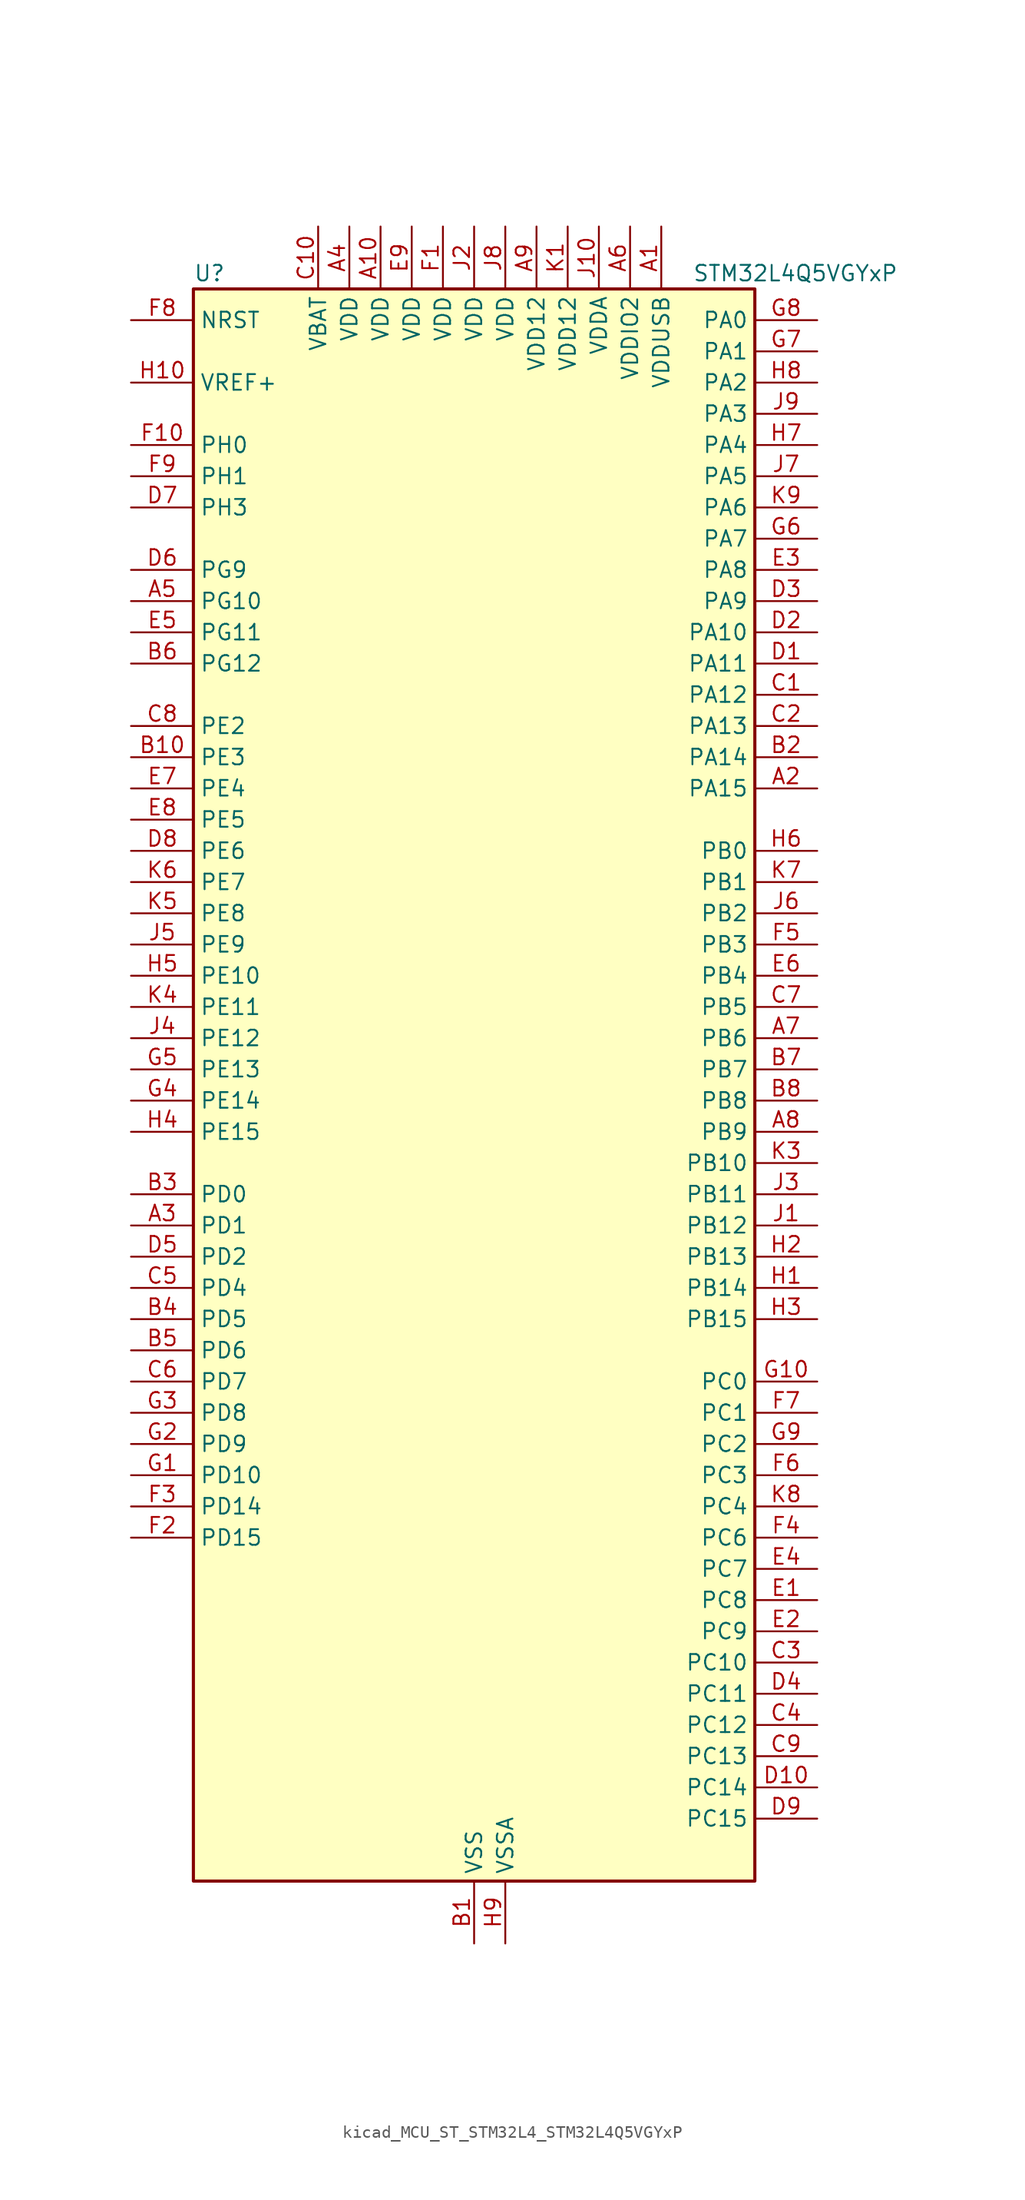
<source format=kicad_sym>
(kicad_symbol_lib
  (version 20220914)
  (generator kicad_symbol_editor)
  (symbol "kicad_MCU_ST_STM32L4_STM32L4Q5VGYxP"
    (property "Reference" "U"
      (at -22.86 67.31 0)
      (effects (font (size 1.27 1.27)) (justify left)))
    (property "Value" "STM32L4Q5VGYxP"
      (at 17.78 67.31 0)
      (effects (font (size 1.27 1.27)) (justify left)))
    (property "ki_locked" ""
      (at 0 0 0)
      (effects (font (size 1.27 1.27))))
    (symbol "kicad_MCU_ST_STM32L4_STM32L4Q5VGYxP_0_1"
      (rectangle (start -22.86 -63.5) (end 22.86 66.04) (stroke (width 0.254) (type default)) (fill (type background))))
    (symbol "kicad_MCU_ST_STM32L4_STM32L4Q5VGYxP_1_1"
      (pin power_in line (at 15.24 71.12 270) (length 5.08) (name "VDDUSB" (effects (font (size 1.27 1.27)))) (number "A1" (effects (font (size 1.27 1.27)))))
      (pin power_in line (at -7.62 71.12 270) (length 5.08) (name "VDD" (effects (font (size 1.27 1.27)))) (number "A10" (effects (font (size 1.27 1.27)))))
      (pin bidirectional line (at 27.94 25.4 180) (length 5.08) (name "PA15" (effects (font (size 1.27 1.27)))) (number "A2" (effects (font (size 1.27 1.27)))) (alternate "ADC1_EXTI15" bidirectional line) (alternate "ADC2_EXTI15" bidirectional line) (alternate "LTDC_HSYNC" bidirectional line) (alternate "SAI2_FS_B" bidirectional line) (alternate "SPI1_NSS" bidirectional line) (alternate "SPI3_NSS" bidirectional line) (alternate "SYS_JTDI" bidirectional line) (alternate "TIM2_CH1" bidirectional line) (alternate "TIM2_ETR" bidirectional line) (alternate "TSC_G3_IO1" bidirectional line) (alternate "UART4_DE" bidirectional line) (alternate "UART4_RTS" bidirectional line) (alternate "USART2_RX" bidirectional line) (alternate "USART3_DE" bidirectional line) (alternate "USART3_RTS" bidirectional line))
      (pin bidirectional line (at -27.94 -10.16 0) (length 5.08) (name "PD1" (effects (font (size 1.27 1.27)))) (number "A3" (effects (font (size 1.27 1.27)))) (alternate "CAN1_TX" bidirectional line) (alternate "FMC_D3" bidirectional line) (alternate "FMC_DA3" bidirectional line) (alternate "LTDC_B5" bidirectional line) (alternate "SPI2_SCK" bidirectional line))
      (pin power_in line (at -10.16 71.12 270) (length 5.08) (name "VDD" (effects (font (size 1.27 1.27)))) (number "A4" (effects (font (size 1.27 1.27)))))
      (pin bidirectional line (at -27.94 40.64 0) (length 5.08) (name "PG10" (effects (font (size 1.27 1.27)))) (number "A5" (effects (font (size 1.27 1.27)))) (alternate "FMC_NE3" bidirectional line) (alternate "LPTIM1_IN1" bidirectional line) (alternate "OCTOSPIM_P2_IO7" bidirectional line) (alternate "SAI2_FS_A" bidirectional line) (alternate "SDMMC2_D1" bidirectional line) (alternate "SPI3_MISO" bidirectional line) (alternate "TIM15_CH1" bidirectional line) (alternate "USART1_RX" bidirectional line))
      (pin power_in line (at 12.7 71.12 270) (length 5.08) (name "VDDIO2" (effects (font (size 1.27 1.27)))) (number "A6" (effects (font (size 1.27 1.27)))))
      (pin bidirectional line (at 27.94 5.08 180) (length 5.08) (name "PB6" (effects (font (size 1.27 1.27)))) (number "A7" (effects (font (size 1.27 1.27)))) (alternate "COMP2_INP" bidirectional line) (alternate "DCMI_D5" bidirectional line) (alternate "I2C1_SCL" bidirectional line) (alternate "I2C4_SCL" bidirectional line) (alternate "LPTIM1_ETR" bidirectional line) (alternate "LTDC_R6" bidirectional line) (alternate "PSSI_D5" bidirectional line) (alternate "SAI1_FS_B" bidirectional line) (alternate "TIM16_CH1N" bidirectional line) (alternate "TIM4_CH1" bidirectional line) (alternate "TIM8_BKIN2" bidirectional line) (alternate "TSC_G2_IO3" bidirectional line) (alternate "USART1_TX" bidirectional line))
      (pin bidirectional line (at 27.94 -2.54 180) (length 5.08) (name "PB9" (effects (font (size 1.27 1.27)))) (number "A8" (effects (font (size 1.27 1.27)))) (alternate "CAN1_TX" bidirectional line) (alternate "DAC1_EXTI9" bidirectional line) (alternate "DCMI_D7" bidirectional line) (alternate "I2C1_SDA" bidirectional line) (alternate "IR_OUT" bidirectional line) (alternate "PSSI_D7" bidirectional line) (alternate "SAI1_D2" bidirectional line) (alternate "SAI1_FS_A" bidirectional line) (alternate "SDMMC1_CDIR" bidirectional line) (alternate "SDMMC1_D5" bidirectional line) (alternate "SDMMC2_D5" bidirectional line) (alternate "SPI2_NSS" bidirectional line) (alternate "TIM17_CH1" bidirectional line) (alternate "TIM4_CH4" bidirectional line))
      (pin power_in line (at 5.08 71.12 270) (length 5.08) (name "VDD12" (effects (font (size 1.27 1.27)))) (number "A9" (effects (font (size 1.27 1.27)))))
      (pin power_in line (at 0 -68.58 90) (length 5.08) (name "VSS" (effects (font (size 1.27 1.27)))) (number "B1" (effects (font (size 1.27 1.27)))))
      (pin bidirectional line (at -27.94 27.94 0) (length 5.08) (name "PE3" (effects (font (size 1.27 1.27)))) (number "B10" (effects (font (size 1.27 1.27)))) (alternate "FMC_A19" bidirectional line) (alternate "LTDC_R6" bidirectional line) (alternate "OCTOSPIM_P1_DQS" bidirectional line) (alternate "SAI1_SD_B" bidirectional line) (alternate "SYS_TRACED0" bidirectional line) (alternate "TIM3_CH1" bidirectional line) (alternate "TSC_G7_IO2" bidirectional line))
      (pin bidirectional line (at 27.94 27.94 180) (length 5.08) (name "PA14" (effects (font (size 1.27 1.27)))) (number "B2" (effects (font (size 1.27 1.27)))) (alternate "I2C1_SMBA" bidirectional line) (alternate "I2C4_SMBA" bidirectional line) (alternate "LPTIM1_OUT" bidirectional line) (alternate "SAI1_FS_B" bidirectional line) (alternate "SYS_JTCK-SWCLK" bidirectional line) (alternate "USB_OTG_FS_SOF" bidirectional line))
      (pin bidirectional line (at -27.94 -7.62 0) (length 5.08) (name "PD0" (effects (font (size 1.27 1.27)))) (number "B3" (effects (font (size 1.27 1.27)))) (alternate "CAN1_RX" bidirectional line) (alternate "FMC_D2" bidirectional line) (alternate "FMC_DA2" bidirectional line) (alternate "LTDC_B4" bidirectional line) (alternate "SPI2_NSS" bidirectional line))
      (pin bidirectional line (at -27.94 -17.78 0) (length 5.08) (name "PD5" (effects (font (size 1.27 1.27)))) (number "B4" (effects (font (size 1.27 1.27)))) (alternate "FMC_NWE" bidirectional line) (alternate "OCTOSPIM_P1_IO5" bidirectional line) (alternate "USART2_TX" bidirectional line))
      (pin bidirectional line (at -27.94 -20.32 0) (length 5.08) (name "PD6" (effects (font (size 1.27 1.27)))) (number "B5" (effects (font (size 1.27 1.27)))) (alternate "DCMI_D10" bidirectional line) (alternate "DFSDM1_DATIN1" bidirectional line) (alternate "FMC_NWAIT" bidirectional line) (alternate "LTDC_DE" bidirectional line) (alternate "OCTOSPIM_P1_IO6" bidirectional line) (alternate "PSSI_D10" bidirectional line) (alternate "SAI1_D1" bidirectional line) (alternate "SAI1_SD_A" bidirectional line) (alternate "SDMMC2_CK" bidirectional line) (alternate "SPI3_MOSI" bidirectional line) (alternate "USART2_RX" bidirectional line))
      (pin bidirectional line (at -27.94 35.56 0) (length 5.08) (name "PG12" (effects (font (size 1.27 1.27)))) (number "B6" (effects (font (size 1.27 1.27)))) (alternate "FMC_NE4" bidirectional line) (alternate "LPTIM1_ETR" bidirectional line) (alternate "OCTOSPIM_P2_NCS" bidirectional line) (alternate "SAI2_SD_A" bidirectional line) (alternate "SDMMC2_D3" bidirectional line) (alternate "SPI3_NSS" bidirectional line) (alternate "USART1_DE" bidirectional line) (alternate "USART1_RTS" bidirectional line))
      (pin bidirectional line (at 27.94 2.54 180) (length 5.08) (name "PB7" (effects (font (size 1.27 1.27)))) (number "B7" (effects (font (size 1.27 1.27)))) (alternate "COMP2_INM" bidirectional line) (alternate "DCMI_VSYNC" bidirectional line) (alternate "FMC_NL" bidirectional line) (alternate "I2C1_SDA" bidirectional line) (alternate "I2C4_SDA" bidirectional line) (alternate "LPTIM1_IN2" bidirectional line) (alternate "LTDC_VSYNC" bidirectional line) (alternate "PSSI_RDY" bidirectional line) (alternate "SYS_PVD_IN" bidirectional line) (alternate "TIM17_CH1N" bidirectional line) (alternate "TIM4_CH2" bidirectional line) (alternate "TIM8_BKIN" bidirectional line) (alternate "TSC_G2_IO4" bidirectional line) (alternate "UART4_CTS" bidirectional line) (alternate "USART1_RX" bidirectional line))
      (pin bidirectional line (at 27.94 0 180) (length 5.08) (name "PB8" (effects (font (size 1.27 1.27)))) (number "B8" (effects (font (size 1.27 1.27)))) (alternate "CAN1_RX" bidirectional line) (alternate "DCMI_D6" bidirectional line) (alternate "DFSDM1_CKOUT" bidirectional line) (alternate "I2C1_SCL" bidirectional line) (alternate "LTDC_DE" bidirectional line) (alternate "PSSI_D6" bidirectional line) (alternate "SAI1_CK1" bidirectional line) (alternate "SAI1_MCLK_A" bidirectional line) (alternate "SDMMC1_CKIN" bidirectional line) (alternate "SDMMC1_D4" bidirectional line) (alternate "SDMMC2_D4" bidirectional line) (alternate "TIM16_CH1" bidirectional line) (alternate "TIM4_CH3" bidirectional line))
      (pin passive line (at 0 -68.58 90) (length 5.08) hide (name "VSS" (effects (font (size 1.27 1.27)))) (number "B9" (effects (font (size 1.27 1.27)))))
      (pin bidirectional line (at 27.94 33.02 180) (length 5.08) (name "PA12" (effects (font (size 1.27 1.27)))) (number "C1" (effects (font (size 1.27 1.27)))) (alternate "CAN1_TX" bidirectional line) (alternate "LTDC_VSYNC" bidirectional line) (alternate "OCTOSPIM_P2_NCS" bidirectional line) (alternate "SPI1_MOSI" bidirectional line) (alternate "TIM1_ETR" bidirectional line) (alternate "USART1_DE" bidirectional line) (alternate "USART1_RTS" bidirectional line) (alternate "USB_OTG_FS_DP" bidirectional line))
      (pin power_in line (at -12.7 71.12 270) (length 5.08) (name "VBAT" (effects (font (size 1.27 1.27)))) (number "C10" (effects (font (size 1.27 1.27)))))
      (pin bidirectional line (at 27.94 30.48 180) (length 5.08) (name "PA13" (effects (font (size 1.27 1.27)))) (number "C2" (effects (font (size 1.27 1.27)))) (alternate "IR_OUT" bidirectional line) (alternate "SAI1_SD_B" bidirectional line) (alternate "SYS_JTMS-SWDIO" bidirectional line) (alternate "USB_OTG_FS_NOE" bidirectional line))
      (pin bidirectional line (at 27.94 -45.72 180) (length 5.08) (name "PC10" (effects (font (size 1.27 1.27)))) (number "C3" (effects (font (size 1.27 1.27)))) (alternate "DCMI_D8" bidirectional line) (alternate "DCMI_VSYNC" bidirectional line) (alternate "PSSI_D8" bidirectional line) (alternate "PSSI_RDY" bidirectional line) (alternate "SAI2_SCK_B" bidirectional line) (alternate "SDMMC1_D2" bidirectional line) (alternate "SPI3_SCK" bidirectional line) (alternate "SYS_TRACED1" bidirectional line) (alternate "TSC_G3_IO2" bidirectional line) (alternate "UART4_TX" bidirectional line) (alternate "USART3_TX" bidirectional line))
      (pin bidirectional line (at 27.94 -50.8 180) (length 5.08) (name "PC12" (effects (font (size 1.27 1.27)))) (number "C4" (effects (font (size 1.27 1.27)))) (alternate "DCMI_D9" bidirectional line) (alternate "LTDC_R6" bidirectional line) (alternate "PSSI_D9" bidirectional line) (alternate "SAI2_SD_B" bidirectional line) (alternate "SDMMC1_CK" bidirectional line) (alternate "SPI3_MOSI" bidirectional line) (alternate "SYS_TRACED3" bidirectional line) (alternate "TSC_G3_IO4" bidirectional line) (alternate "UART5_TX" bidirectional line) (alternate "USART3_CK" bidirectional line))
      (pin bidirectional line (at -27.94 -15.24 0) (length 5.08) (name "PD4" (effects (font (size 1.27 1.27)))) (number "C5" (effects (font (size 1.27 1.27)))) (alternate "DFSDM1_CKIN0" bidirectional line) (alternate "FMC_NOE" bidirectional line) (alternate "OCTOSPIM_P1_IO4" bidirectional line) (alternate "SDMMC2_CKIN" bidirectional line) (alternate "SPI2_MOSI" bidirectional line) (alternate "USART2_DE" bidirectional line) (alternate "USART2_RTS" bidirectional line))
      (pin bidirectional line (at -27.94 -22.86 0) (length 5.08) (name "PD7" (effects (font (size 1.27 1.27)))) (number "C6" (effects (font (size 1.27 1.27)))) (alternate "DFSDM1_CKIN1" bidirectional line) (alternate "FMC_NCE" bidirectional line) (alternate "FMC_NE1" bidirectional line) (alternate "OCTOSPIM_P1_IO7" bidirectional line) (alternate "SDMMC2_CMD" bidirectional line) (alternate "USART2_CK" bidirectional line))
      (pin bidirectional line (at 27.94 7.62 180) (length 5.08) (name "PB5" (effects (font (size 1.27 1.27)))) (number "C7" (effects (font (size 1.27 1.27)))) (alternate "COMP2_OUT" bidirectional line) (alternate "DCMI_D10" bidirectional line) (alternate "I2C1_SMBA" bidirectional line) (alternate "LPTIM1_IN1" bidirectional line) (alternate "OCTOSPIM_P1_IO0" bidirectional line) (alternate "PSSI_D10" bidirectional line) (alternate "SAI1_SD_B" bidirectional line) (alternate "SPI1_MOSI" bidirectional line) (alternate "SPI3_MOSI" bidirectional line) (alternate "TIM16_BKIN" bidirectional line) (alternate "TIM3_CH2" bidirectional line) (alternate "TSC_G2_IO2" bidirectional line) (alternate "UART5_CTS" bidirectional line) (alternate "USART1_CK" bidirectional line))
      (pin bidirectional line (at -27.94 30.48 0) (length 5.08) (name "PE2" (effects (font (size 1.27 1.27)))) (number "C8" (effects (font (size 1.27 1.27)))) (alternate "FMC_A23" bidirectional line) (alternate "LTDC_R7" bidirectional line) (alternate "SAI1_CK1" bidirectional line) (alternate "SAI1_MCLK_A" bidirectional line) (alternate "SYS_TRACECLK" bidirectional line) (alternate "TIM3_ETR" bidirectional line) (alternate "TSC_G7_IO1" bidirectional line))
      (pin bidirectional line (at 27.94 -53.34 180) (length 5.08) (name "PC13" (effects (font (size 1.27 1.27)))) (number "C9" (effects (font (size 1.27 1.27)))) (alternate "RTC_OUT1" bidirectional line) (alternate "RTC_TAMP1" bidirectional line) (alternate "RTC_TS" bidirectional line) (alternate "SYS_WKUP2" bidirectional line))
      (pin bidirectional line (at 27.94 35.56 180) (length 5.08) (name "PA11" (effects (font (size 1.27 1.27)))) (number "D1" (effects (font (size 1.27 1.27)))) (alternate "ADC1_EXTI11" bidirectional line) (alternate "ADC2_EXTI11" bidirectional line) (alternate "CAN1_RX" bidirectional line) (alternate "LTDC_DE" bidirectional line) (alternate "SPI1_MISO" bidirectional line) (alternate "TIM1_BKIN2" bidirectional line) (alternate "TIM1_CH4" bidirectional line) (alternate "USART1_CTS" bidirectional line) (alternate "USART1_NSS" bidirectional line) (alternate "USB_OTG_FS_DM" bidirectional line))
      (pin bidirectional line (at 27.94 -55.88 180) (length 5.08) (name "PC14" (effects (font (size 1.27 1.27)))) (number "D10" (effects (font (size 1.27 1.27)))) (alternate "RCC_OSC32_IN" bidirectional line))
      (pin bidirectional line (at 27.94 38.1 180) (length 5.08) (name "PA10" (effects (font (size 1.27 1.27)))) (number "D2" (effects (font (size 1.27 1.27)))) (alternate "DCMI_D1" bidirectional line) (alternate "LTDC_G6" bidirectional line) (alternate "PSSI_D1" bidirectional line) (alternate "SAI1_D1" bidirectional line) (alternate "SAI1_SD_A" bidirectional line) (alternate "TIM17_BKIN" bidirectional line) (alternate "TIM1_CH3" bidirectional line) (alternate "USART1_RX" bidirectional line) (alternate "USB_OTG_FS_ID" bidirectional line))
      (pin bidirectional line (at 27.94 40.64 180) (length 5.08) (name "PA9" (effects (font (size 1.27 1.27)))) (number "D3" (effects (font (size 1.27 1.27)))) (alternate "DAC1_EXTI9" bidirectional line) (alternate "DCMI_D0" bidirectional line) (alternate "LTDC_G7" bidirectional line) (alternate "PSSI_D0" bidirectional line) (alternate "SAI1_FS_A" bidirectional line) (alternate "SPI2_SCK" bidirectional line) (alternate "TIM15_BKIN" bidirectional line) (alternate "TIM1_CH2" bidirectional line) (alternate "USART1_TX" bidirectional line) (alternate "USB_OTG_FS_VBUS" bidirectional line))
      (pin bidirectional line (at 27.94 -48.26 180) (length 5.08) (name "PC11" (effects (font (size 1.27 1.27)))) (number "D4" (effects (font (size 1.27 1.27)))) (alternate "ADC1_EXTI11" bidirectional line) (alternate "ADC2_EXTI11" bidirectional line) (alternate "DCMI_D2" bidirectional line) (alternate "DCMI_D4" bidirectional line) (alternate "OCTOSPIM_P1_NCS" bidirectional line) (alternate "PSSI_D2" bidirectional line) (alternate "PSSI_D4" bidirectional line) (alternate "SAI2_MCLK_B" bidirectional line) (alternate "SDMMC1_D3" bidirectional line) (alternate "SPI3_MISO" bidirectional line) (alternate "TSC_G3_IO3" bidirectional line) (alternate "UART4_RX" bidirectional line) (alternate "USART3_RX" bidirectional line))
      (pin bidirectional line (at -27.94 -12.7 0) (length 5.08) (name "PD2" (effects (font (size 1.27 1.27)))) (number "D5" (effects (font (size 1.27 1.27)))) (alternate "DCMI_D11" bidirectional line) (alternate "PSSI_D11" bidirectional line) (alternate "SDMMC1_CMD" bidirectional line) (alternate "SYS_TRACED2" bidirectional line) (alternate "TIM3_ETR" bidirectional line) (alternate "TSC_SYNC" bidirectional line) (alternate "UART5_RX" bidirectional line) (alternate "USART3_DE" bidirectional line) (alternate "USART3_RTS" bidirectional line))
      (pin bidirectional line (at -27.94 43.18 0) (length 5.08) (name "PG9" (effects (font (size 1.27 1.27)))) (number "D6" (effects (font (size 1.27 1.27)))) (alternate "DAC1_EXTI9" bidirectional line) (alternate "FMC_NCE" bidirectional line) (alternate "FMC_NE2" bidirectional line) (alternate "OCTOSPIM_P2_IO6" bidirectional line) (alternate "SAI2_SCK_A" bidirectional line) (alternate "SDMMC2_D0" bidirectional line) (alternate "SPI3_SCK" bidirectional line) (alternate "TIM15_CH1N" bidirectional line) (alternate "USART1_TX" bidirectional line))
      (pin bidirectional line (at -27.94 48.26 0) (length 5.08) (name "PH3" (effects (font (size 1.27 1.27)))) (number "D7" (effects (font (size 1.27 1.27)))))
      (pin bidirectional line (at -27.94 20.32 0) (length 5.08) (name "PE6" (effects (font (size 1.27 1.27)))) (number "D8" (effects (font (size 1.27 1.27)))) (alternate "DCMI_D7" bidirectional line) (alternate "FMC_A22" bidirectional line) (alternate "LTDC_G6" bidirectional line) (alternate "PSSI_D7" bidirectional line) (alternate "RTC_TAMP3" bidirectional line) (alternate "SAI1_D1" bidirectional line) (alternate "SAI1_SD_A" bidirectional line) (alternate "SYS_TRACED3" bidirectional line) (alternate "SYS_WKUP3" bidirectional line) (alternate "TIM3_CH4" bidirectional line))
      (pin bidirectional line (at 27.94 -58.42 180) (length 5.08) (name "PC15" (effects (font (size 1.27 1.27)))) (number "D9" (effects (font (size 1.27 1.27)))) (alternate "ADC1_EXTI15" bidirectional line) (alternate "ADC2_EXTI15" bidirectional line) (alternate "RCC_OSC32_OUT" bidirectional line))
      (pin bidirectional line (at 27.94 -40.64 180) (length 5.08) (name "PC8" (effects (font (size 1.27 1.27)))) (number "E1" (effects (font (size 1.27 1.27)))) (alternate "DCMI_D2" bidirectional line) (alternate "PSSI_D2" bidirectional line) (alternate "SDMMC1_D0" bidirectional line) (alternate "TIM3_CH3" bidirectional line) (alternate "TIM8_CH3" bidirectional line) (alternate "TSC_G4_IO3" bidirectional line))
      (pin passive line (at 0 -68.58 90) (length 5.08) hide (name "VSS" (effects (font (size 1.27 1.27)))) (number "E10" (effects (font (size 1.27 1.27)))))
      (pin bidirectional line (at 27.94 -43.18 180) (length 5.08) (name "PC9" (effects (font (size 1.27 1.27)))) (number "E2" (effects (font (size 1.27 1.27)))) (alternate "DAC1_EXTI9" bidirectional line) (alternate "DCMI_D3" bidirectional line) (alternate "I2C3_SDA" bidirectional line) (alternate "PSSI_D3" bidirectional line) (alternate "SAI2_EXTCLK" bidirectional line) (alternate "SDMMC1_D1" bidirectional line) (alternate "SYS_TRACED0" bidirectional line) (alternate "TIM3_CH4" bidirectional line) (alternate "TIM8_BKIN2" bidirectional line) (alternate "TIM8_CH4" bidirectional line) (alternate "TSC_G4_IO4" bidirectional line) (alternate "USB_OTG_FS_NOE" bidirectional line))
      (pin bidirectional line (at 27.94 43.18 180) (length 5.08) (name "PA8" (effects (font (size 1.27 1.27)))) (number "E3" (effects (font (size 1.27 1.27)))) (alternate "LPTIM2_OUT" bidirectional line) (alternate "LTDC_B7" bidirectional line) (alternate "RCC_MCO" bidirectional line) (alternate "SAI1_CK2" bidirectional line) (alternate "SAI1_SCK_A" bidirectional line) (alternate "TIM1_CH1" bidirectional line) (alternate "USART1_CK" bidirectional line) (alternate "USB_OTG_FS_SOF" bidirectional line))
      (pin bidirectional line (at 27.94 -38.1 180) (length 5.08) (name "PC7" (effects (font (size 1.27 1.27)))) (number "E4" (effects (font (size 1.27 1.27)))) (alternate "DCMI_D1" bidirectional line) (alternate "DFSDM1_DATIN3" bidirectional line) (alternate "LTDC_B6" bidirectional line) (alternate "PSSI_D1" bidirectional line) (alternate "SAI2_MCLK_B" bidirectional line) (alternate "SDMMC1_D123DIR" bidirectional line) (alternate "SDMMC1_D7" bidirectional line) (alternate "SDMMC2_D7" bidirectional line) (alternate "TIM3_CH2" bidirectional line) (alternate "TIM8_CH2" bidirectional line) (alternate "TSC_G4_IO2" bidirectional line))
      (pin bidirectional line (at -27.94 38.1 0) (length 5.08) (name "PG11" (effects (font (size 1.27 1.27)))) (number "E5" (effects (font (size 1.27 1.27)))) (alternate "ADC1_EXTI11" bidirectional line) (alternate "ADC2_EXTI11" bidirectional line) (alternate "LPTIM1_IN2" bidirectional line) (alternate "OCTOSPIM_P1_IO5" bidirectional line) (alternate "SAI2_MCLK_A" bidirectional line) (alternate "SDMMC2_D2" bidirectional line) (alternate "SPI3_MOSI" bidirectional line) (alternate "TIM15_CH2" bidirectional line) (alternate "USART1_CTS" bidirectional line) (alternate "USART1_NSS" bidirectional line))
      (pin bidirectional line (at 27.94 10.16 180) (length 5.08) (name "PB4" (effects (font (size 1.27 1.27)))) (number "E6" (effects (font (size 1.27 1.27)))) (alternate "COMP2_INP" bidirectional line) (alternate "DCMI_D12" bidirectional line) (alternate "I2C3_SDA" bidirectional line) (alternate "OCTOSPIM_P1_IO5" bidirectional line) (alternate "PSSI_D12" bidirectional line) (alternate "SAI1_MCLK_B" bidirectional line) (alternate "SDMMC2_D3" bidirectional line) (alternate "SPI1_MISO" bidirectional line) (alternate "SPI3_MISO" bidirectional line) (alternate "SYS_JTRST" bidirectional line) (alternate "TIM17_BKIN" bidirectional line) (alternate "TIM3_CH1" bidirectional line) (alternate "TSC_G2_IO1" bidirectional line) (alternate "UART5_DE" bidirectional line) (alternate "UART5_RTS" bidirectional line) (alternate "USART1_CTS" bidirectional line) (alternate "USART1_NSS" bidirectional line))
      (pin bidirectional line (at -27.94 25.4 0) (length 5.08) (name "PE4" (effects (font (size 1.27 1.27)))) (number "E7" (effects (font (size 1.27 1.27)))) (alternate "DCMI_D4" bidirectional line) (alternate "DFSDM1_DATIN3" bidirectional line) (alternate "FMC_A20" bidirectional line) (alternate "LTDC_B7" bidirectional line) (alternate "PSSI_D4" bidirectional line) (alternate "SAI1_D2" bidirectional line) (alternate "SAI1_FS_A" bidirectional line) (alternate "SYS_TRACED1" bidirectional line) (alternate "TIM3_CH2" bidirectional line) (alternate "TSC_G7_IO3" bidirectional line))
      (pin bidirectional line (at -27.94 22.86 0) (length 5.08) (name "PE5" (effects (font (size 1.27 1.27)))) (number "E8" (effects (font (size 1.27 1.27)))) (alternate "DCMI_D6" bidirectional line) (alternate "DFSDM1_CKIN3" bidirectional line) (alternate "FMC_A21" bidirectional line) (alternate "LTDC_G7" bidirectional line) (alternate "PSSI_D6" bidirectional line) (alternate "SAI1_CK2" bidirectional line) (alternate "SAI1_SCK_A" bidirectional line) (alternate "SYS_TRACED2" bidirectional line) (alternate "TIM3_CH3" bidirectional line) (alternate "TSC_G7_IO4" bidirectional line))
      (pin power_in line (at -5.08 71.12 270) (length 5.08) (name "VDD" (effects (font (size 1.27 1.27)))) (number "E9" (effects (font (size 1.27 1.27)))))
      (pin power_in line (at -2.54 71.12 270) (length 5.08) (name "VDD" (effects (font (size 1.27 1.27)))) (number "F1" (effects (font (size 1.27 1.27)))))
      (pin bidirectional line (at -27.94 53.34 0) (length 5.08) (name "PH0" (effects (font (size 1.27 1.27)))) (number "F10" (effects (font (size 1.27 1.27)))) (alternate "RCC_OSC_IN" bidirectional line))
      (pin bidirectional line (at -27.94 -35.56 0) (length 5.08) (name "PD15" (effects (font (size 1.27 1.27)))) (number "F2" (effects (font (size 1.27 1.27)))) (alternate "ADC1_EXTI15" bidirectional line) (alternate "ADC2_EXTI15" bidirectional line) (alternate "FMC_D1" bidirectional line) (alternate "FMC_DA1" bidirectional line) (alternate "LTDC_B3" bidirectional line) (alternate "TIM4_CH4" bidirectional line))
      (pin bidirectional line (at -27.94 -33.02 0) (length 5.08) (name "PD14" (effects (font (size 1.27 1.27)))) (number "F3" (effects (font (size 1.27 1.27)))) (alternate "FMC_D0" bidirectional line) (alternate "FMC_DA0" bidirectional line) (alternate "LTDC_B2" bidirectional line) (alternate "TIM4_CH3" bidirectional line))
      (pin bidirectional line (at 27.94 -35.56 180) (length 5.08) (name "PC6" (effects (font (size 1.27 1.27)))) (number "F4" (effects (font (size 1.27 1.27)))) (alternate "DCMI_D0" bidirectional line) (alternate "DFSDM1_CKIN3" bidirectional line) (alternate "LTDC_G7" bidirectional line) (alternate "PSSI_D0" bidirectional line) (alternate "SAI2_MCLK_A" bidirectional line) (alternate "SDMMC1_D0DIR" bidirectional line) (alternate "SDMMC1_D6" bidirectional line) (alternate "SDMMC2_D6" bidirectional line) (alternate "TIM3_CH1" bidirectional line) (alternate "TIM8_CH1" bidirectional line) (alternate "TSC_G4_IO1" bidirectional line))
      (pin bidirectional line (at 27.94 12.7 180) (length 5.08) (name "PB3" (effects (font (size 1.27 1.27)))) (number "F5" (effects (font (size 1.27 1.27)))) (alternate "COMP2_INM" bidirectional line) (alternate "CRS_SYNC" bidirectional line) (alternate "OCTOSPIM_P1_IO4" bidirectional line) (alternate "SAI1_SCK_B" bidirectional line) (alternate "SDMMC2_D2" bidirectional line) (alternate "SPI1_SCK" bidirectional line) (alternate "SPI3_SCK" bidirectional line) (alternate "SYS_JTDO-SWO" bidirectional line) (alternate "TIM2_CH2" bidirectional line) (alternate "USART1_DE" bidirectional line) (alternate "USART1_RTS" bidirectional line))
      (pin bidirectional line (at 27.94 -30.48 180) (length 5.08) (name "PC3" (effects (font (size 1.27 1.27)))) (number "F6" (effects (font (size 1.27 1.27)))) (alternate "ADC1_IN4" bidirectional line) (alternate "ADC2_IN4" bidirectional line) (alternate "LPTIM1_ETR" bidirectional line) (alternate "LPTIM2_ETR" bidirectional line) (alternate "OCTOSPIM_P1_IO6" bidirectional line) (alternate "SAI1_D1" bidirectional line) (alternate "SAI1_SD_A" bidirectional line) (alternate "SPI2_MOSI" bidirectional line))
      (pin bidirectional line (at 27.94 -25.4 180) (length 5.08) (name "PC1" (effects (font (size 1.27 1.27)))) (number "F7" (effects (font (size 1.27 1.27)))) (alternate "ADC1_IN2" bidirectional line) (alternate "ADC2_IN2" bidirectional line) (alternate "I2C3_SDA" bidirectional line) (alternate "LPTIM1_OUT" bidirectional line) (alternate "LPUART1_TX" bidirectional line) (alternate "OCTOSPIM_P1_IO4" bidirectional line) (alternate "SAI1_SD_A" bidirectional line) (alternate "SPI2_MOSI" bidirectional line) (alternate "SYS_TRACED0" bidirectional line))
      (pin input line (at -27.94 63.5 0) (length 5.08) (name "NRST" (effects (font (size 1.27 1.27)))) (number "F8" (effects (font (size 1.27 1.27)))))
      (pin bidirectional line (at -27.94 50.8 0) (length 5.08) (name "PH1" (effects (font (size 1.27 1.27)))) (number "F9" (effects (font (size 1.27 1.27)))) (alternate "RCC_OSC_OUT" bidirectional line))
      (pin bidirectional line (at -27.94 -30.48 0) (length 5.08) (name "PD10" (effects (font (size 1.27 1.27)))) (number "G1" (effects (font (size 1.27 1.27)))) (alternate "FMC_D15" bidirectional line) (alternate "FMC_DA15" bidirectional line) (alternate "LTDC_R5" bidirectional line) (alternate "SAI2_SCK_A" bidirectional line) (alternate "TSC_G6_IO1" bidirectional line) (alternate "USART3_CK" bidirectional line))
      (pin bidirectional line (at 27.94 -22.86 180) (length 5.08) (name "PC0" (effects (font (size 1.27 1.27)))) (number "G10" (effects (font (size 1.27 1.27)))) (alternate "ADC1_IN1" bidirectional line) (alternate "ADC2_IN1" bidirectional line) (alternate "I2C3_SCL" bidirectional line) (alternate "LPTIM1_IN1" bidirectional line) (alternate "LPTIM2_IN1" bidirectional line) (alternate "LPUART1_RX" bidirectional line) (alternate "LTDC_DE" bidirectional line) (alternate "SAI2_FS_A" bidirectional line) (alternate "SDMMC1_CMD" bidirectional line) (alternate "SDMMC2_CKIN" bidirectional line))
      (pin bidirectional line (at -27.94 -27.94 0) (length 5.08) (name "PD9" (effects (font (size 1.27 1.27)))) (number "G2" (effects (font (size 1.27 1.27)))) (alternate "DAC1_EXTI9" bidirectional line) (alternate "DCMI_PIXCLK" bidirectional line) (alternate "FMC_D14" bidirectional line) (alternate "FMC_DA14" bidirectional line) (alternate "LTDC_R4" bidirectional line) (alternate "PSSI_PDCK" bidirectional line) (alternate "SAI2_MCLK_A" bidirectional line) (alternate "USART3_RX" bidirectional line))
      (pin bidirectional line (at -27.94 -25.4 0) (length 5.08) (name "PD8" (effects (font (size 1.27 1.27)))) (number "G3" (effects (font (size 1.27 1.27)))) (alternate "DCMI_HSYNC" bidirectional line) (alternate "FMC_D13" bidirectional line) (alternate "FMC_DA13" bidirectional line) (alternate "LTDC_R3" bidirectional line) (alternate "PSSI_DE" bidirectional line) (alternate "USART3_TX" bidirectional line))
      (pin bidirectional line (at -27.94 0 0) (length 5.08) (name "PE14" (effects (font (size 1.27 1.27)))) (number "G4" (effects (font (size 1.27 1.27)))) (alternate "FMC_D11" bidirectional line) (alternate "FMC_DA11" bidirectional line) (alternate "LTDC_G7" bidirectional line) (alternate "OCTOSPIM_P1_IO2" bidirectional line) (alternate "SPI1_MISO" bidirectional line) (alternate "TIM1_BKIN2" bidirectional line) (alternate "TIM1_CH4" bidirectional line))
      (pin bidirectional line (at -27.94 2.54 0) (length 5.08) (name "PE13" (effects (font (size 1.27 1.27)))) (number "G5" (effects (font (size 1.27 1.27)))) (alternate "FMC_D10" bidirectional line) (alternate "FMC_DA10" bidirectional line) (alternate "LTDC_G6" bidirectional line) (alternate "OCTOSPIM_P1_IO1" bidirectional line) (alternate "SPI1_SCK" bidirectional line) (alternate "TIM1_CH3" bidirectional line) (alternate "TSC_G5_IO4" bidirectional line))
      (pin bidirectional line (at 27.94 45.72 180) (length 5.08) (name "PA7" (effects (font (size 1.27 1.27)))) (number "G6" (effects (font (size 1.27 1.27)))) (alternate "ADC1_IN12" bidirectional line) (alternate "ADC2_IN12" bidirectional line) (alternate "I2C3_SCL" bidirectional line) (alternate "OCTOSPIM_P1_IO2" bidirectional line) (alternate "OPAMP2_VINM" bidirectional line) (alternate "SPI1_MOSI" bidirectional line) (alternate "TIM17_CH1" bidirectional line) (alternate "TIM1_CH1N" bidirectional line) (alternate "TIM3_CH2" bidirectional line) (alternate "TIM8_CH1N" bidirectional line))
      (pin bidirectional line (at 27.94 60.96 180) (length 5.08) (name "PA1" (effects (font (size 1.27 1.27)))) (number "G7" (effects (font (size 1.27 1.27)))) (alternate "ADC1_IN6" bidirectional line) (alternate "ADC2_IN6" bidirectional line) (alternate "I2C1_SMBA" bidirectional line) (alternate "OCTOSPIM_P1_DQS" bidirectional line) (alternate "OPAMP1_VINM" bidirectional line) (alternate "SDMMC2_CMD" bidirectional line) (alternate "SPI1_SCK" bidirectional line) (alternate "TIM15_CH1N" bidirectional line) (alternate "TIM2_CH2" bidirectional line) (alternate "TIM5_CH2" bidirectional line) (alternate "UART4_RX" bidirectional line) (alternate "USART2_DE" bidirectional line) (alternate "USART2_RTS" bidirectional line))
      (pin bidirectional line (at 27.94 63.5 180) (length 5.08) (name "PA0" (effects (font (size 1.27 1.27)))) (number "G8" (effects (font (size 1.27 1.27)))) (alternate "ADC1_IN5" bidirectional line) (alternate "ADC2_IN5" bidirectional line) (alternate "OPAMP1_VINP" bidirectional line) (alternate "RTC_TAMP2" bidirectional line) (alternate "SAI1_EXTCLK" bidirectional line) (alternate "SYS_WKUP1" bidirectional line) (alternate "TIM2_CH1" bidirectional line) (alternate "TIM2_ETR" bidirectional line) (alternate "TIM5_CH1" bidirectional line) (alternate "TIM8_ETR" bidirectional line) (alternate "UART4_TX" bidirectional line) (alternate "USART2_CTS" bidirectional line) (alternate "USART2_NSS" bidirectional line))
      (pin bidirectional line (at 27.94 -27.94 180) (length 5.08) (name "PC2" (effects (font (size 1.27 1.27)))) (number "G9" (effects (font (size 1.27 1.27)))) (alternate "ADC1_IN3" bidirectional line) (alternate "ADC2_IN3" bidirectional line) (alternate "DFSDM1_CKOUT" bidirectional line) (alternate "LPTIM1_IN2" bidirectional line) (alternate "LTDC_HSYNC" bidirectional line) (alternate "OCTOSPIM_P1_IO5" bidirectional line) (alternate "SPI2_MISO" bidirectional line))
      (pin bidirectional line (at 27.94 -15.24 180) (length 5.08) (name "PB14" (effects (font (size 1.27 1.27)))) (number "H1" (effects (font (size 1.27 1.27)))) (alternate "DFSDM1_DATIN2" bidirectional line) (alternate "I2C2_SDA" bidirectional line) (alternate "OCTOSPIM_P1_IO6" bidirectional line) (alternate "SAI2_MCLK_A" bidirectional line) (alternate "SDMMC2_D0" bidirectional line) (alternate "SPI2_MISO" bidirectional line) (alternate "TIM15_CH1" bidirectional line) (alternate "TIM1_CH2N" bidirectional line) (alternate "TIM8_CH2N" bidirectional line) (alternate "TSC_G1_IO3" bidirectional line) (alternate "USART3_DE" bidirectional line) (alternate "USART3_RTS" bidirectional line))
      (pin input line (at -27.94 58.42 0) (length 5.08) (name "VREF+" (effects (font (size 1.27 1.27)))) (number "H10" (effects (font (size 1.27 1.27)))) (alternate "VREFBUF_OUT" bidirectional line))
      (pin bidirectional line (at 27.94 -12.7 180) (length 5.08) (name "PB13" (effects (font (size 1.27 1.27)))) (number "H2" (effects (font (size 1.27 1.27)))) (alternate "DFSDM1_CKIN1" bidirectional line) (alternate "I2C2_SCL" bidirectional line) (alternate "LPUART1_CTS" bidirectional line) (alternate "OCTOSPIM_P1_IO1" bidirectional line) (alternate "SAI2_SCK_A" bidirectional line) (alternate "SPI2_SCK" bidirectional line) (alternate "TIM15_CH1N" bidirectional line) (alternate "TIM1_CH1N" bidirectional line) (alternate "TSC_G1_IO2" bidirectional line) (alternate "USART3_CTS" bidirectional line) (alternate "USART3_NSS" bidirectional line))
      (pin bidirectional line (at 27.94 -17.78 180) (length 5.08) (name "PB15" (effects (font (size 1.27 1.27)))) (number "H3" (effects (font (size 1.27 1.27)))) (alternate "ADC1_EXTI15" bidirectional line) (alternate "ADC2_EXTI15" bidirectional line) (alternate "DFSDM1_CKIN2" bidirectional line) (alternate "OCTOSPIM_P1_IO7" bidirectional line) (alternate "RTC_REFIN" bidirectional line) (alternate "SAI2_SD_A" bidirectional line) (alternate "SDMMC2_D1" bidirectional line) (alternate "SPI2_MOSI" bidirectional line) (alternate "TIM15_CH2" bidirectional line) (alternate "TIM1_CH3N" bidirectional line) (alternate "TIM8_CH3N" bidirectional line) (alternate "TSC_G1_IO4" bidirectional line))
      (pin bidirectional line (at -27.94 -2.54 0) (length 5.08) (name "PE15" (effects (font (size 1.27 1.27)))) (number "H4" (effects (font (size 1.27 1.27)))) (alternate "ADC1_EXTI15" bidirectional line) (alternate "ADC2_EXTI15" bidirectional line) (alternate "FMC_D12" bidirectional line) (alternate "FMC_DA12" bidirectional line) (alternate "LTDC_R2" bidirectional line) (alternate "OCTOSPIM_P1_IO3" bidirectional line) (alternate "SPI1_MOSI" bidirectional line) (alternate "TIM1_BKIN" bidirectional line))
      (pin bidirectional line (at -27.94 10.16 0) (length 5.08) (name "PE10" (effects (font (size 1.27 1.27)))) (number "H5" (effects (font (size 1.27 1.27)))) (alternate "FMC_D7" bidirectional line) (alternate "FMC_DA7" bidirectional line) (alternate "LTDC_G3" bidirectional line) (alternate "OCTOSPIM_P1_CLK" bidirectional line) (alternate "SAI1_MCLK_B" bidirectional line) (alternate "TIM1_CH2N" bidirectional line) (alternate "TSC_G5_IO1" bidirectional line))
      (pin bidirectional line (at 27.94 20.32 180) (length 5.08) (name "PB0" (effects (font (size 1.27 1.27)))) (number "H6" (effects (font (size 1.27 1.27)))) (alternate "ADC1_IN15" bidirectional line) (alternate "ADC2_IN15" bidirectional line) (alternate "COMP1_OUT" bidirectional line) (alternate "LTDC_B6" bidirectional line) (alternate "OCTOSPIM_P1_IO1" bidirectional line) (alternate "OPAMP2_VOUT" bidirectional line) (alternate "SAI1_EXTCLK" bidirectional line) (alternate "SPI1_NSS" bidirectional line) (alternate "TIM1_CH2N" bidirectional line) (alternate "TIM3_CH3" bidirectional line) (alternate "TIM8_CH2N" bidirectional line) (alternate "USART3_CK" bidirectional line))
      (pin bidirectional line (at 27.94 53.34 180) (length 5.08) (name "PA4" (effects (font (size 1.27 1.27)))) (number "H7" (effects (font (size 1.27 1.27)))) (alternate "ADC1_IN9" bidirectional line) (alternate "ADC2_IN9" bidirectional line) (alternate "DAC1_OUT1" bidirectional line) (alternate "DCMI_HSYNC" bidirectional line) (alternate "LPTIM2_OUT" bidirectional line) (alternate "LTDC_CLK" bidirectional line) (alternate "OCTOSPIM_P1_NCS" bidirectional line) (alternate "PSSI_DE" bidirectional line) (alternate "SAI1_FS_B" bidirectional line) (alternate "SPI1_NSS" bidirectional line) (alternate "SPI3_NSS" bidirectional line) (alternate "USART2_CK" bidirectional line))
      (pin bidirectional line (at 27.94 58.42 180) (length 5.08) (name "PA2" (effects (font (size 1.27 1.27)))) (number "H8" (effects (font (size 1.27 1.27)))) (alternate "ADC1_IN7" bidirectional line) (alternate "ADC2_IN7" bidirectional line) (alternate "LPUART1_TX" bidirectional line) (alternate "OCTOSPIM_P1_NCS" bidirectional line) (alternate "RCC_LSCO" bidirectional line) (alternate "SAI2_EXTCLK" bidirectional line) (alternate "SYS_WKUP4" bidirectional line) (alternate "TIM15_CH1" bidirectional line) (alternate "TIM2_CH3" bidirectional line) (alternate "TIM5_CH3" bidirectional line) (alternate "USART2_TX" bidirectional line))
      (pin power_in line (at 2.54 -68.58 90) (length 5.08) (name "VSSA" (effects (font (size 1.27 1.27)))) (number "H9" (effects (font (size 1.27 1.27)))))
      (pin bidirectional line (at 27.94 -10.16 180) (length 5.08) (name "PB12" (effects (font (size 1.27 1.27)))) (number "J1" (effects (font (size 1.27 1.27)))) (alternate "DFSDM1_DATIN1" bidirectional line) (alternate "I2C2_SMBA" bidirectional line) (alternate "LPUART1_DE" bidirectional line) (alternate "LPUART1_RTS" bidirectional line) (alternate "OCTOSPIM_P1_NCLK" bidirectional line) (alternate "SAI2_FS_A" bidirectional line) (alternate "SDMMC2_CK" bidirectional line) (alternate "SPI2_NSS" bidirectional line) (alternate "TIM15_BKIN" bidirectional line) (alternate "TIM1_BKIN" bidirectional line) (alternate "TSC_G1_IO1" bidirectional line) (alternate "USART3_CK" bidirectional line))
      (pin power_in line (at 10.16 71.12 270) (length 5.08) (name "VDDA" (effects (font (size 1.27 1.27)))) (number "J10" (effects (font (size 1.27 1.27)))))
      (pin power_in line (at 0 71.12 270) (length 5.08) (name "VDD" (effects (font (size 1.27 1.27)))) (number "J2" (effects (font (size 1.27 1.27)))))
      (pin bidirectional line (at 27.94 -7.62 180) (length 5.08) (name "PB11" (effects (font (size 1.27 1.27)))) (number "J3" (effects (font (size 1.27 1.27)))) (alternate "ADC1_EXTI11" bidirectional line) (alternate "ADC2_EXTI11" bidirectional line) (alternate "COMP2_OUT" bidirectional line) (alternate "I2C2_SDA" bidirectional line) (alternate "I2C4_SDA" bidirectional line) (alternate "LPUART1_TX" bidirectional line) (alternate "LTDC_VSYNC" bidirectional line) (alternate "OCTOSPIM_P1_NCS" bidirectional line) (alternate "TIM2_CH4" bidirectional line) (alternate "USART3_RX" bidirectional line))
      (pin bidirectional line (at -27.94 5.08 0) (length 5.08) (name "PE12" (effects (font (size 1.27 1.27)))) (number "J4" (effects (font (size 1.27 1.27)))) (alternate "FMC_D9" bidirectional line) (alternate "FMC_DA9" bidirectional line) (alternate "LTDC_G5" bidirectional line) (alternate "OCTOSPIM_P1_IO0" bidirectional line) (alternate "SPI1_NSS" bidirectional line) (alternate "TIM1_CH3N" bidirectional line) (alternate "TSC_G5_IO3" bidirectional line))
      (pin bidirectional line (at -27.94 12.7 0) (length 5.08) (name "PE9" (effects (font (size 1.27 1.27)))) (number "J5" (effects (font (size 1.27 1.27)))) (alternate "DAC1_EXTI9" bidirectional line) (alternate "DFSDM1_CKOUT" bidirectional line) (alternate "FMC_D6" bidirectional line) (alternate "FMC_DA6" bidirectional line) (alternate "LTDC_G2" bidirectional line) (alternate "OCTOSPIM_P1_NCLK" bidirectional line) (alternate "SAI1_FS_B" bidirectional line) (alternate "TIM1_CH1" bidirectional line))
      (pin bidirectional line (at 27.94 15.24 180) (length 5.08) (name "PB2" (effects (font (size 1.27 1.27)))) (number "J6" (effects (font (size 1.27 1.27)))) (alternate "COMP1_INP" bidirectional line) (alternate "DFSDM1_CKIN0" bidirectional line) (alternate "I2C3_SMBA" bidirectional line) (alternate "LPTIM1_OUT" bidirectional line) (alternate "OCTOSPIM_P1_DQS" bidirectional line) (alternate "RTC_OUT2" bidirectional line))
      (pin bidirectional line (at 27.94 50.8 180) (length 5.08) (name "PA5" (effects (font (size 1.27 1.27)))) (number "J7" (effects (font (size 1.27 1.27)))) (alternate "ADC1_IN10" bidirectional line) (alternate "ADC2_IN10" bidirectional line) (alternate "DAC1_OUT2" bidirectional line) (alternate "LPTIM2_ETR" bidirectional line) (alternate "LTDC_R7" bidirectional line) (alternate "PSSI_D14" bidirectional line) (alternate "SPI1_SCK" bidirectional line) (alternate "TIM2_CH1" bidirectional line) (alternate "TIM2_ETR" bidirectional line) (alternate "TIM8_CH1N" bidirectional line))
      (pin power_in line (at 2.54 71.12 270) (length 5.08) (name "VDD" (effects (font (size 1.27 1.27)))) (number "J8" (effects (font (size 1.27 1.27)))))
      (pin bidirectional line (at 27.94 55.88 180) (length 5.08) (name "PA3" (effects (font (size 1.27 1.27)))) (number "J9" (effects (font (size 1.27 1.27)))) (alternate "ADC1_IN8" bidirectional line) (alternate "ADC2_IN8" bidirectional line) (alternate "LPUART1_RX" bidirectional line) (alternate "OCTOSPIM_P1_CLK" bidirectional line) (alternate "OPAMP1_VOUT" bidirectional line) (alternate "SAI1_CK1" bidirectional line) (alternate "SAI1_MCLK_A" bidirectional line) (alternate "TIM15_CH2" bidirectional line) (alternate "TIM2_CH4" bidirectional line) (alternate "TIM5_CH4" bidirectional line) (alternate "USART2_RX" bidirectional line))
      (pin power_in line (at 7.62 71.12 270) (length 5.08) (name "VDD12" (effects (font (size 1.27 1.27)))) (number "K1" (effects (font (size 1.27 1.27)))))
      (pin passive line (at 0 -68.58 90) (length 5.08) hide (name "VSS" (effects (font (size 1.27 1.27)))) (number "K10" (effects (font (size 1.27 1.27)))))
      (pin passive line (at 0 -68.58 90) (length 5.08) hide (name "VSS" (effects (font (size 1.27 1.27)))) (number "K2" (effects (font (size 1.27 1.27)))))
      (pin bidirectional line (at 27.94 -5.08 180) (length 5.08) (name "PB10" (effects (font (size 1.27 1.27)))) (number "K3" (effects (font (size 1.27 1.27)))) (alternate "COMP1_OUT" bidirectional line) (alternate "I2C2_SCL" bidirectional line) (alternate "I2C4_SCL" bidirectional line) (alternate "LPUART1_RX" bidirectional line) (alternate "OCTOSPIM_P1_CLK" bidirectional line) (alternate "OCTOSPIM_P1_IO3" bidirectional line) (alternate "SAI1_SCK_A" bidirectional line) (alternate "SPI2_SCK" bidirectional line) (alternate "TIM2_CH3" bidirectional line) (alternate "TSC_SYNC" bidirectional line) (alternate "USART3_TX" bidirectional line))
      (pin bidirectional line (at -27.94 7.62 0) (length 5.08) (name "PE11" (effects (font (size 1.27 1.27)))) (number "K4" (effects (font (size 1.27 1.27)))) (alternate "ADC1_EXTI11" bidirectional line) (alternate "ADC2_EXTI11" bidirectional line) (alternate "FMC_D8" bidirectional line) (alternate "FMC_DA8" bidirectional line) (alternate "LTDC_G4" bidirectional line) (alternate "OCTOSPIM_P1_NCS" bidirectional line) (alternate "TIM1_CH2" bidirectional line) (alternate "TSC_G5_IO2" bidirectional line))
      (pin bidirectional line (at -27.94 15.24 0) (length 5.08) (name "PE8" (effects (font (size 1.27 1.27)))) (number "K5" (effects (font (size 1.27 1.27)))) (alternate "DFSDM1_CKIN2" bidirectional line) (alternate "FMC_D5" bidirectional line) (alternate "FMC_DA5" bidirectional line) (alternate "LTDC_B7" bidirectional line) (alternate "SAI1_SCK_B" bidirectional line) (alternate "TIM1_CH1N" bidirectional line))
      (pin bidirectional line (at -27.94 17.78 0) (length 5.08) (name "PE7" (effects (font (size 1.27 1.27)))) (number "K6" (effects (font (size 1.27 1.27)))) (alternate "DFSDM1_DATIN2" bidirectional line) (alternate "FMC_D4" bidirectional line) (alternate "FMC_DA4" bidirectional line) (alternate "LTDC_B6" bidirectional line) (alternate "SAI1_SD_B" bidirectional line) (alternate "TIM1_ETR" bidirectional line))
      (pin bidirectional line (at 27.94 17.78 180) (length 5.08) (name "PB1" (effects (font (size 1.27 1.27)))) (number "K7" (effects (font (size 1.27 1.27)))) (alternate "ADC1_IN16" bidirectional line) (alternate "ADC2_IN16" bidirectional line) (alternate "COMP1_INM" bidirectional line) (alternate "DFSDM1_DATIN0" bidirectional line) (alternate "LPTIM2_IN1" bidirectional line) (alternate "LPUART1_DE" bidirectional line) (alternate "LPUART1_RTS" bidirectional line) (alternate "LTDC_G6" bidirectional line) (alternate "OCTOSPIM_P1_IO0" bidirectional line) (alternate "TIM1_CH3N" bidirectional line) (alternate "TIM3_CH4" bidirectional line) (alternate "TIM8_CH3N" bidirectional line) (alternate "USART3_DE" bidirectional line) (alternate "USART3_RTS" bidirectional line))
      (pin bidirectional line (at 27.94 -33.02 180) (length 5.08) (name "PC4" (effects (font (size 1.27 1.27)))) (number "K8" (effects (font (size 1.27 1.27)))) (alternate "ADC1_IN13" bidirectional line) (alternate "ADC2_IN13" bidirectional line) (alternate "COMP1_INM" bidirectional line) (alternate "OCTOSPIM_P1_IO7" bidirectional line) (alternate "OCTOSPIM_P2_NCS" bidirectional line) (alternate "USART3_TX" bidirectional line))
      (pin bidirectional line (at 27.94 48.26 180) (length 5.08) (name "PA6" (effects (font (size 1.27 1.27)))) (number "K9" (effects (font (size 1.27 1.27)))) (alternate "ADC1_IN11" bidirectional line) (alternate "ADC2_IN11" bidirectional line) (alternate "DCMI_PIXCLK" bidirectional line) (alternate "LPUART1_CTS" bidirectional line) (alternate "OCTOSPIM_P1_IO3" bidirectional line) (alternate "OPAMP2_VINP" bidirectional line) (alternate "PSSI_PDCK" bidirectional line) (alternate "SPI1_MISO" bidirectional line) (alternate "TIM16_CH1" bidirectional line) (alternate "TIM1_BKIN" bidirectional line) (alternate "TIM3_CH1" bidirectional line) (alternate "TIM8_BKIN" bidirectional line) (alternate "USART3_CTS" bidirectional line) (alternate "USART3_NSS" bidirectional line)))))
</source>
